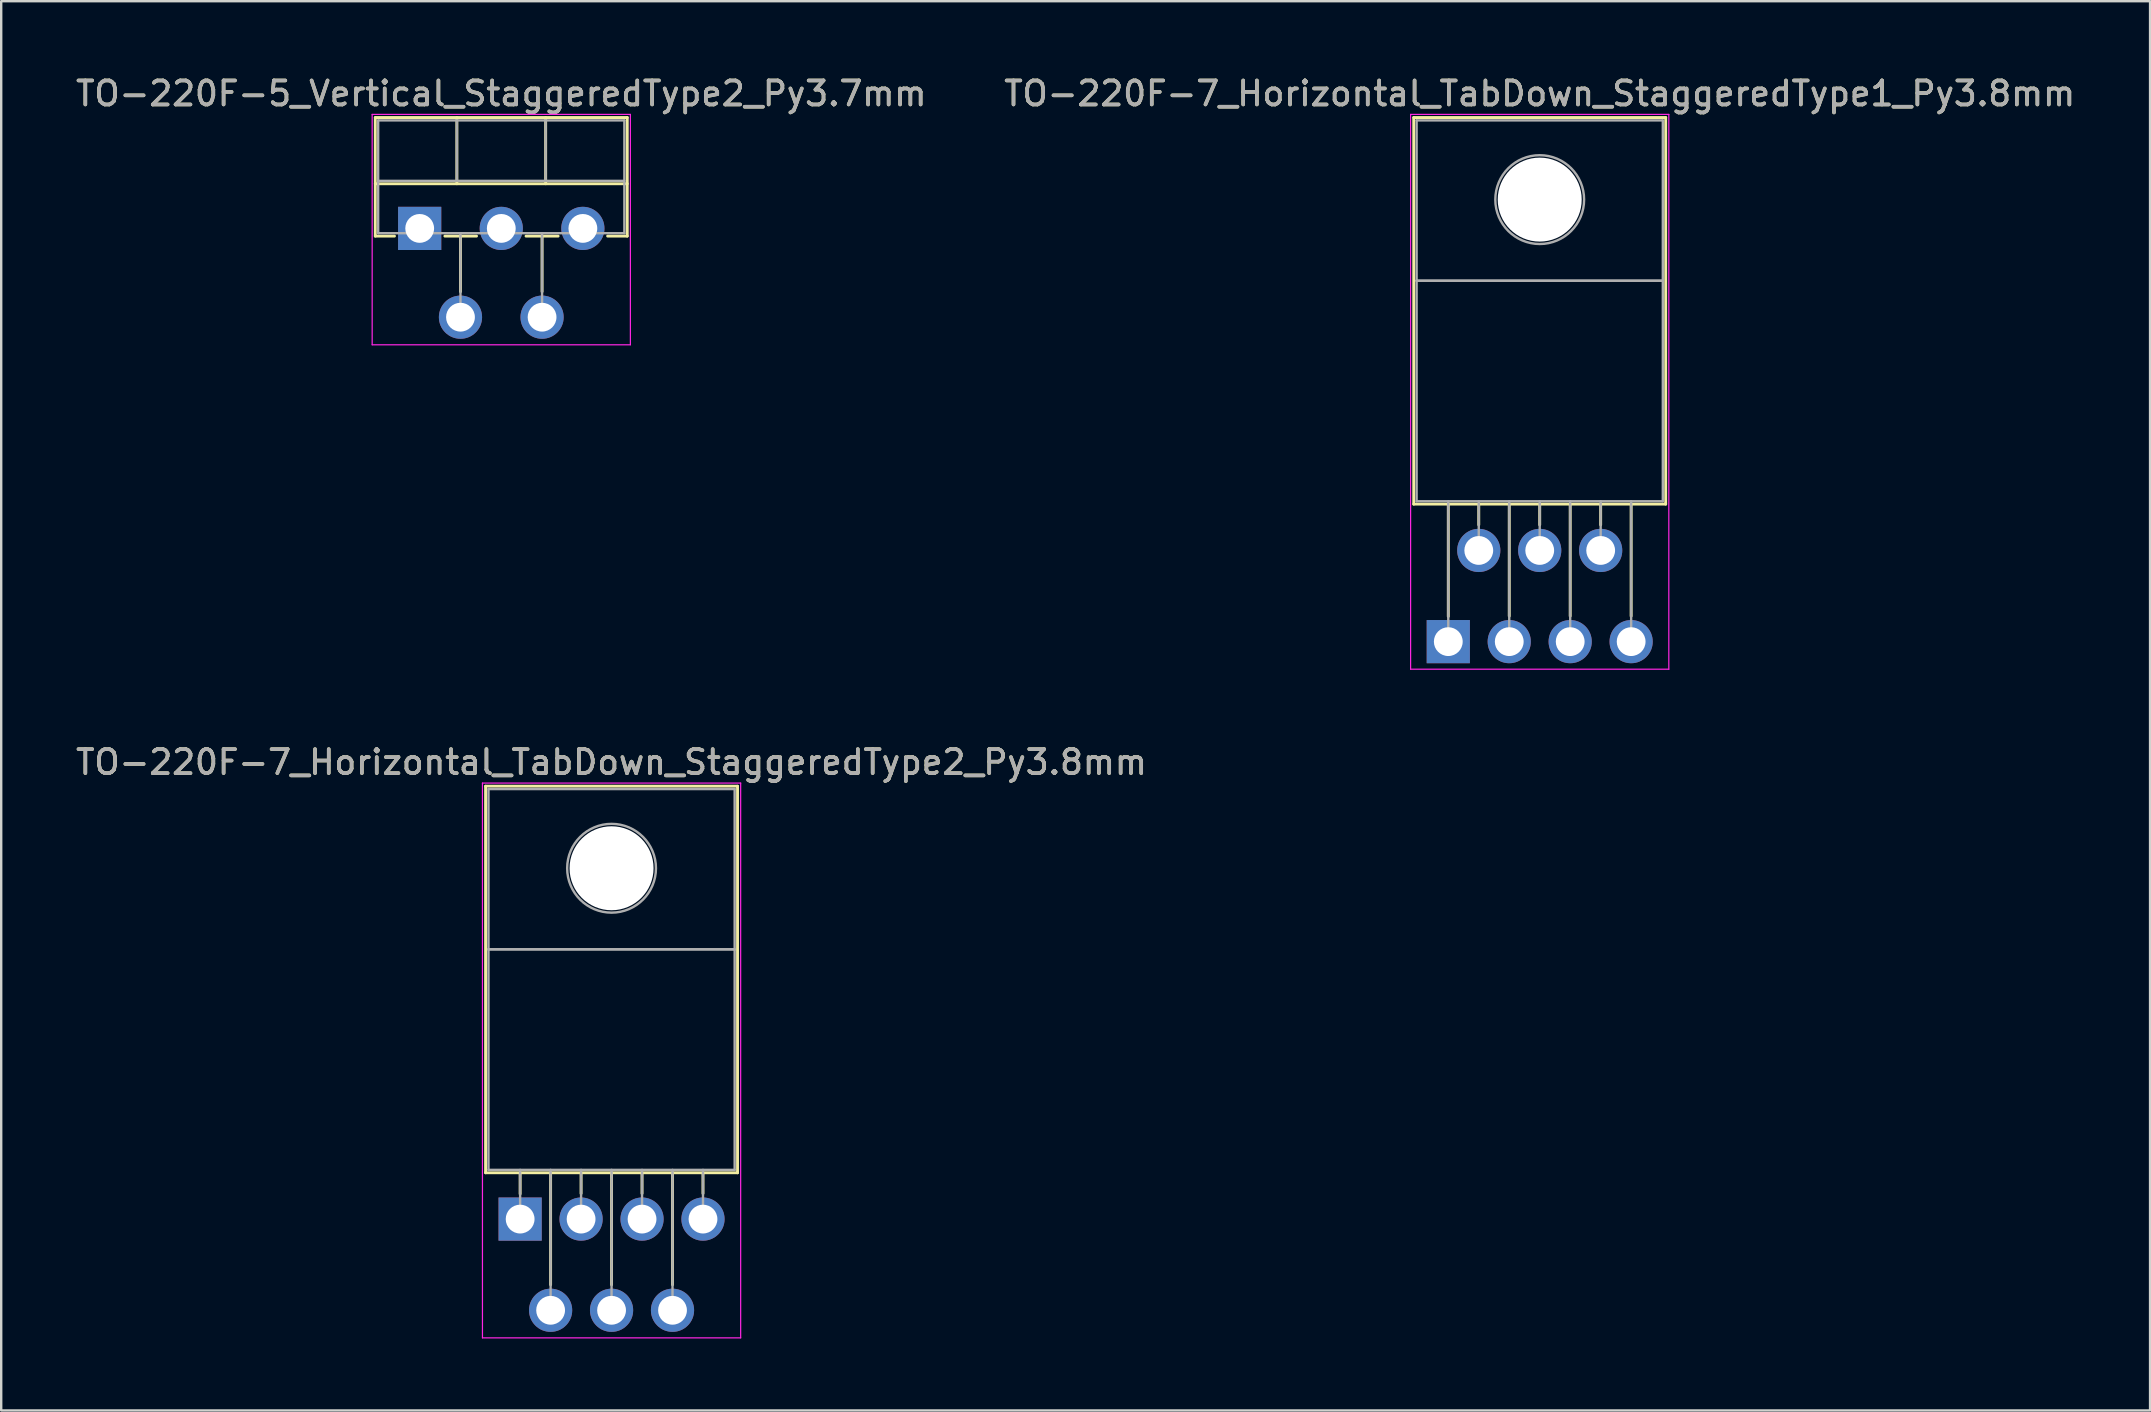
<source format=kicad_pcb>
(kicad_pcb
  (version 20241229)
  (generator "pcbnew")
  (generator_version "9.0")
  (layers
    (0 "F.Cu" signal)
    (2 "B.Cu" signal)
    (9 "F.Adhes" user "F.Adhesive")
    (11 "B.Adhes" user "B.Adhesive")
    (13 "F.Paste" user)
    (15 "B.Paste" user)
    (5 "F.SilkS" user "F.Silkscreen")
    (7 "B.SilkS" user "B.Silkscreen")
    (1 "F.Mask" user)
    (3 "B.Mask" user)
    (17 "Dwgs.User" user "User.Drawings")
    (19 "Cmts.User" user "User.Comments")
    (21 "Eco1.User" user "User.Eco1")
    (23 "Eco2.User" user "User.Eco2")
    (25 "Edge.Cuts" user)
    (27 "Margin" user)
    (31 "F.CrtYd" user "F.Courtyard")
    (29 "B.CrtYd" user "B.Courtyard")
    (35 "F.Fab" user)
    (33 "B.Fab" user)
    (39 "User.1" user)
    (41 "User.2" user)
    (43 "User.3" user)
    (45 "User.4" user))
  (footprint "TO-220F-7_Horizontal_TabDown_StaggeredType1_Py3.8mm"
    (layer "F.Cu")
    (at 57.303 23.688)
    (property "Reference" "TO-220F-7_Horizontal_TabDown_StaggeredType1_Py3.8mm" (at 3.81 -22.84 0) (layer "F.SilkS") (effects (font (size 1 1) (thickness 0.15))))
    (attr through_hole)
    (fp_line (start -1.44 -21.84) (end -1.44 -5.73) (stroke (width 0.12) (type solid)) (layer "F.SilkS"))
    (fp_line (start -1.44 -21.84) (end 9.06 -21.84) (stroke (width 0.12) (type solid)) (layer "F.SilkS"))
    (fp_line (start -1.44 -5.73) (end 9.06 -5.73) (stroke (width 0.12) (type solid)) (layer "F.SilkS"))
    (fp_line (start 0 -5.73) (end 0 -1.05) (stroke (width 0.12) (type solid)) (layer "F.SilkS"))
    (fp_line (start 1.27 -5.73) (end 1.27 -4.866) (stroke (width 0.12) (type solid)) (layer "F.SilkS"))
    (fp_line (start 2.54 -5.73) (end 2.54 -1.065) (stroke (width 0.12) (type solid)) (layer "F.SilkS"))
    (fp_line (start 3.81 -5.73) (end 3.81 -4.866) (stroke (width 0.12) (type solid)) (layer "F.SilkS"))
    (fp_line (start 5.08 -5.73) (end 5.08 -1.065) (stroke (width 0.12) (type solid)) (layer "F.SilkS"))
    (fp_line (start 6.35 -5.73) (end 6.35 -4.866) (stroke (width 0.12) (type solid)) (layer "F.SilkS"))
    (fp_line (start 7.62 -5.73) (end 7.62 -1.065) (stroke (width 0.12) (type solid)) (layer "F.SilkS"))
    (fp_line (start 9.06 -21.84) (end 9.06 -5.73) (stroke (width 0.12) (type solid)) (layer "F.SilkS"))
    (fp_line (start -1.57 -21.97) (end -1.57 1.15) (stroke (width 0.05) (type solid)) (layer "F.CrtYd"))
    (fp_line (start -1.57 1.15) (end 9.19 1.15) (stroke (width 0.05) (type solid)) (layer "F.CrtYd"))
    (fp_line (start 9.19 -21.97) (end -1.57 -21.97) (stroke (width 0.05) (type solid)) (layer "F.CrtYd"))
    (fp_line (start 9.19 1.15) (end 9.19 -21.97) (stroke (width 0.05) (type solid)) (layer "F.CrtYd"))
    (fp_line (start -1.32 -21.72) (end 8.94 -21.72) (stroke (width 0.1) (type solid)) (layer "F.Fab"))
    (fp_line (start -1.32 -15.04) (end -1.32 -21.72) (stroke (width 0.1) (type solid)) (layer "F.Fab"))
    (fp_line (start -1.32 -15.04) (end 8.94 -15.04) (stroke (width 0.1) (type solid)) (layer "F.Fab"))
    (fp_line (start -1.32 -5.85) (end -1.32 -15.04) (stroke (width 0.1) (type solid)) (layer "F.Fab"))
    (fp_line (start 0 -5.85) (end 0 0) (stroke (width 0.1) (type solid)) (layer "F.Fab"))
    (fp_line (start 1.27 -5.85) (end 1.27 -3.8) (stroke (width 0.1) (type solid)) (layer "F.Fab"))
    (fp_line (start 2.54 -5.85) (end 2.54 0) (stroke (width 0.1) (type solid)) (layer "F.Fab"))
    (fp_line (start 3.81 -5.85) (end 3.81 -3.8) (stroke (width 0.1) (type solid)) (layer "F.Fab"))
    (fp_line (start 5.08 -5.85) (end 5.08 0) (stroke (width 0.1) (type solid)) (layer "F.Fab"))
    (fp_line (start 6.35 -5.85) (end 6.35 -3.8) (stroke (width 0.1) (type solid)) (layer "F.Fab"))
    (fp_line (start 7.62 -5.85) (end 7.62 0) (stroke (width 0.1) (type solid)) (layer "F.Fab"))
    (fp_line (start 8.94 -21.72) (end 8.94 -15.04) (stroke (width 0.1) (type solid)) (layer "F.Fab"))
    (fp_line (start 8.94 -15.04) (end -1.32 -15.04) (stroke (width 0.1) (type solid)) (layer "F.Fab"))
    (fp_line (start 8.94 -15.04) (end 8.94 -5.85) (stroke (width 0.1) (type solid)) (layer "F.Fab"))
    (fp_line (start 8.94 -5.85) (end -1.32 -5.85) (stroke (width 0.1) (type solid)) (layer "F.Fab"))
    (fp_circle (center 3.81 -18.42) (end 5.66 -18.42) (stroke (width 0.1) (type solid)) (fill no) (layer "F.Fab"))
    (fp_text user "${REFERENCE}" (at 3.81 -22.84 0) (layer "F.Fab") (effects (font (size 1 1) (thickness 0.15))))
    (pad "" np_thru_hole oval (at 3.81 -18.42) (size 3.5 3.5) (drill 3.5) (layers "*.Cu" "*.Mask"))
    (pad "1" thru_hole rect (at 0 0) (size 1.8 1.8) (drill 1.2) (layers "*.Cu" "*.Mask"))
    (pad "2" thru_hole oval (at 1.27 -3.8) (size 1.8 1.8) (drill 1.2) (layers "*.Cu" "*.Mask"))
    (pad "3" thru_hole oval (at 2.54 0) (size 1.8 1.8) (drill 1.2) (layers "*.Cu" "*.Mask"))
    (pad "4" thru_hole oval (at 3.81 -3.8) (size 1.8 1.8) (drill 1.2) (layers "*.Cu" "*.Mask"))
    (pad "5" thru_hole oval (at 5.08 0) (size 1.8 1.8) (drill 1.2) (layers "*.Cu" "*.Mask"))
    (pad "6" thru_hole oval (at 6.35 -3.8) (size 1.8 1.8) (drill 1.2) (layers "*.Cu" "*.Mask"))
    (pad "7" thru_hole oval (at 7.62 0) (size 1.8 1.8) (drill 1.2) (layers "*.Cu" "*.Mask")))
  (footprint "TO-220F-7_Horizontal_TabDown_StaggeredType2_Py3.8mm"
    (layer "F.Cu")
    (at 18.625 47.752)
    (property "Reference" "TO-220F-7_Horizontal_TabDown_StaggeredType2_Py3.8mm" (at 3.81 -19.04 0) (layer "F.SilkS") (effects (font (size 1 1) (thickness 0.15))))
    (attr through_hole)
    (fp_line (start -1.44 -18.04) (end -1.44 -1.93) (stroke (width 0.12) (type solid)) (layer "F.SilkS"))
    (fp_line (start -1.44 -18.04) (end 9.06 -18.04) (stroke (width 0.12) (type solid)) (layer "F.SilkS"))
    (fp_line (start -1.44 -1.93) (end 9.06 -1.93) (stroke (width 0.12) (type solid)) (layer "F.SilkS"))
    (fp_line (start 0 -1.93) (end 0 -1.05) (stroke (width 0.12) (type solid)) (layer "F.SilkS"))
    (fp_line (start 1.27 -1.93) (end 1.27 2.735) (stroke (width 0.12) (type solid)) (layer "F.SilkS"))
    (fp_line (start 2.54 -1.93) (end 2.54 -1.066) (stroke (width 0.12) (type solid)) (layer "F.SilkS"))
    (fp_line (start 3.81 -1.93) (end 3.81 2.735) (stroke (width 0.12) (type solid)) (layer "F.SilkS"))
    (fp_line (start 5.08 -1.93) (end 5.08 -1.066) (stroke (width 0.12) (type solid)) (layer "F.SilkS"))
    (fp_line (start 6.35 -1.93) (end 6.35 2.735) (stroke (width 0.12) (type solid)) (layer "F.SilkS"))
    (fp_line (start 7.62 -1.93) (end 7.62 -1.066) (stroke (width 0.12) (type solid)) (layer "F.SilkS"))
    (fp_line (start 9.06 -18.04) (end 9.06 -1.93) (stroke (width 0.12) (type solid)) (layer "F.SilkS"))
    (fp_line (start -1.57 -18.17) (end -1.57 4.95) (stroke (width 0.05) (type solid)) (layer "F.CrtYd"))
    (fp_line (start -1.57 4.95) (end 9.19 4.95) (stroke (width 0.05) (type solid)) (layer "F.CrtYd"))
    (fp_line (start 9.19 -18.17) (end -1.57 -18.17) (stroke (width 0.05) (type solid)) (layer "F.CrtYd"))
    (fp_line (start 9.19 4.95) (end 9.19 -18.17) (stroke (width 0.05) (type solid)) (layer "F.CrtYd"))
    (fp_line (start -1.32 -17.92) (end 8.94 -17.92) (stroke (width 0.1) (type solid)) (layer "F.Fab"))
    (fp_line (start -1.32 -11.24) (end -1.32 -17.92) (stroke (width 0.1) (type solid)) (layer "F.Fab"))
    (fp_line (start -1.32 -11.24) (end 8.94 -11.24) (stroke (width 0.1) (type solid)) (layer "F.Fab"))
    (fp_line (start -1.32 -2.05) (end -1.32 -11.24) (stroke (width 0.1) (type solid)) (layer "F.Fab"))
    (fp_line (start 0 -2.05) (end 0 0) (stroke (width 0.1) (type solid)) (layer "F.Fab"))
    (fp_line (start 1.27 -2.05) (end 1.27 3.8) (stroke (width 0.1) (type solid)) (layer "F.Fab"))
    (fp_line (start 2.54 -2.05) (end 2.54 0) (stroke (width 0.1) (type solid)) (layer "F.Fab"))
    (fp_line (start 3.81 -2.05) (end 3.81 3.8) (stroke (width 0.1) (type solid)) (layer "F.Fab"))
    (fp_line (start 5.08 -2.05) (end 5.08 0) (stroke (width 0.1) (type solid)) (layer "F.Fab"))
    (fp_line (start 6.35 -2.05) (end 6.35 3.8) (stroke (width 0.1) (type solid)) (layer "F.Fab"))
    (fp_line (start 7.62 -2.05) (end 7.62 0) (stroke (width 0.1) (type solid)) (layer "F.Fab"))
    (fp_line (start 8.94 -17.92) (end 8.94 -11.24) (stroke (width 0.1) (type solid)) (layer "F.Fab"))
    (fp_line (start 8.94 -11.24) (end -1.32 -11.24) (stroke (width 0.1) (type solid)) (layer "F.Fab"))
    (fp_line (start 8.94 -11.24) (end 8.94 -2.05) (stroke (width 0.1) (type solid)) (layer "F.Fab"))
    (fp_line (start 8.94 -2.05) (end -1.32 -2.05) (stroke (width 0.1) (type solid)) (layer "F.Fab"))
    (fp_circle (center 3.81 -14.62) (end 5.66 -14.62) (stroke (width 0.1) (type solid)) (fill no) (layer "F.Fab"))
    (fp_text user "${REFERENCE}" (at 3.81 -19.04 0) (layer "F.Fab") (effects (font (size 1 1) (thickness 0.15))))
    (pad "" np_thru_hole oval (at 3.81 -14.62) (size 3.5 3.5) (drill 3.5) (layers "*.Cu" "*.Mask"))
    (pad "1" thru_hole rect (at 0 0) (size 1.8 1.8) (drill 1.2) (layers "*.Cu" "*.Mask"))
    (pad "2" thru_hole oval (at 1.27 3.8) (size 1.8 1.8) (drill 1.2) (layers "*.Cu" "*.Mask"))
    (pad "3" thru_hole oval (at 2.54 0) (size 1.8 1.8) (drill 1.2) (layers "*.Cu" "*.Mask"))
    (pad "4" thru_hole oval (at 3.81 3.8) (size 1.8 1.8) (drill 1.2) (layers "*.Cu" "*.Mask"))
    (pad "5" thru_hole oval (at 5.08 0) (size 1.8 1.8) (drill 1.2) (layers "*.Cu" "*.Mask"))
    (pad "6" thru_hole oval (at 6.35 3.8) (size 1.8 1.8) (drill 1.2) (layers "*.Cu" "*.Mask"))
    (pad "7" thru_hole oval (at 7.62 0) (size 1.8 1.8) (drill 1.2) (layers "*.Cu" "*.Mask")))
  (footprint "TO-220F-5_Vertical_StaggeredType2_Py3.7mm"
    (layer "F.Cu")
    (at 14.439 6.468)
    (property "Reference" "TO-220F-5_Vertical_StaggeredType2_Py3.7mm" (at 3.4 -5.62 0) (layer "F.SilkS") (effects (font (size 1 1) (thickness 0.15))))
    (attr through_hole)
    (fp_line (start -1.85 -4.62) (end -1.85 0.321) (stroke (width 0.12) (type solid)) (layer "F.SilkS"))
    (fp_line (start -1.85 -4.62) (end 8.65 -4.62) (stroke (width 0.12) (type solid)) (layer "F.SilkS"))
    (fp_line (start -1.85 -1.861) (end 8.65 -1.861) (stroke (width 0.12) (type solid)) (layer "F.SilkS"))
    (fp_line (start -1.85 0.321) (end -1.05 0.321) (stroke (width 0.12) (type solid)) (layer "F.SilkS"))
    (fp_line (start 1.05 0.321) (end 2.369 0.321) (stroke (width 0.12) (type solid)) (layer "F.SilkS"))
    (fp_line (start 1.55 -4.62) (end 1.55 -1.861) (stroke (width 0.12) (type solid)) (layer "F.SilkS"))
    (fp_line (start 1.7 0.321) (end 1.7 2.635) (stroke (width 0.12) (type solid)) (layer "F.SilkS"))
    (fp_line (start 4.432 0.321) (end 5.769 0.321) (stroke (width 0.12) (type solid)) (layer "F.SilkS"))
    (fp_line (start 5.1 0.321) (end 5.1 2.635) (stroke (width 0.12) (type solid)) (layer "F.SilkS"))
    (fp_line (start 5.25 -4.62) (end 5.25 -1.861) (stroke (width 0.12) (type solid)) (layer "F.SilkS"))
    (fp_line (start 7.832 0.321) (end 8.65 0.321) (stroke (width 0.12) (type solid)) (layer "F.SilkS"))
    (fp_line (start 8.65 -4.62) (end 8.65 0.321) (stroke (width 0.12) (type solid)) (layer "F.SilkS"))
    (fp_line (start -1.98 -4.75) (end -1.98 4.85) (stroke (width 0.05) (type solid)) (layer "F.CrtYd"))
    (fp_line (start -1.98 4.85) (end 8.78 4.85) (stroke (width 0.05) (type solid)) (layer "F.CrtYd"))
    (fp_line (start 8.78 -4.75) (end -1.98 -4.75) (stroke (width 0.05) (type solid)) (layer "F.CrtYd"))
    (fp_line (start 8.78 4.85) (end 8.78 -4.75) (stroke (width 0.05) (type solid)) (layer "F.CrtYd"))
    (fp_line (start -1.73 -4.5) (end -1.73 0.2) (stroke (width 0.1) (type solid)) (layer "F.Fab"))
    (fp_line (start -1.73 -1.98) (end 8.53 -1.98) (stroke (width 0.1) (type solid)) (layer "F.Fab"))
    (fp_line (start -1.73 0.2) (end 8.53 0.2) (stroke (width 0.1) (type solid)) (layer "F.Fab"))
    (fp_line (start 1.55 -4.5) (end 1.55 -1.98) (stroke (width 0.1) (type solid)) (layer "F.Fab"))
    (fp_line (start 1.7 0.2) (end 1.7 3.7) (stroke (width 0.1) (type solid)) (layer "F.Fab"))
    (fp_line (start 5.1 0.2) (end 5.1 3.7) (stroke (width 0.1) (type solid)) (layer "F.Fab"))
    (fp_line (start 5.25 -4.5) (end 5.25 -1.98) (stroke (width 0.1) (type solid)) (layer "F.Fab"))
    (fp_line (start 8.53 -4.5) (end -1.73 -4.5) (stroke (width 0.1) (type solid)) (layer "F.Fab"))
    (fp_line (start 8.53 0.2) (end 8.53 -4.5) (stroke (width 0.1) (type solid)) (layer "F.Fab"))
    (fp_text user "${REFERENCE}" (at 3.4 -5.62 0) (layer "F.Fab") (effects (font (size 1 1) (thickness 0.15))))
    (pad "1" thru_hole rect (at 0 0) (size 1.8 1.8) (drill 1.2) (layers "*.Cu" "*.Mask"))
    (pad "2" thru_hole oval (at 1.7 3.7) (size 1.8 1.8) (drill 1.2) (layers "*.Cu" "*.Mask"))
    (pad "3" thru_hole oval (at 3.4 0) (size 1.8 1.8) (drill 1.2) (layers "*.Cu" "*.Mask"))
    (pad "4" thru_hole oval (at 5.1 3.7) (size 1.8 1.8) (drill 1.2) (layers "*.Cu" "*.Mask"))
    (pad "5" thru_hole oval (at 6.8 0) (size 1.8 1.8) (drill 1.2) (layers "*.Cu" "*.Mask")))
  (gr_rect
    (start -3 -3)
    (end 86.548 55.727)
    (stroke (width 0.1) (type default))
    (fill no)
    (layer "Edge.Cuts")))
</source>
